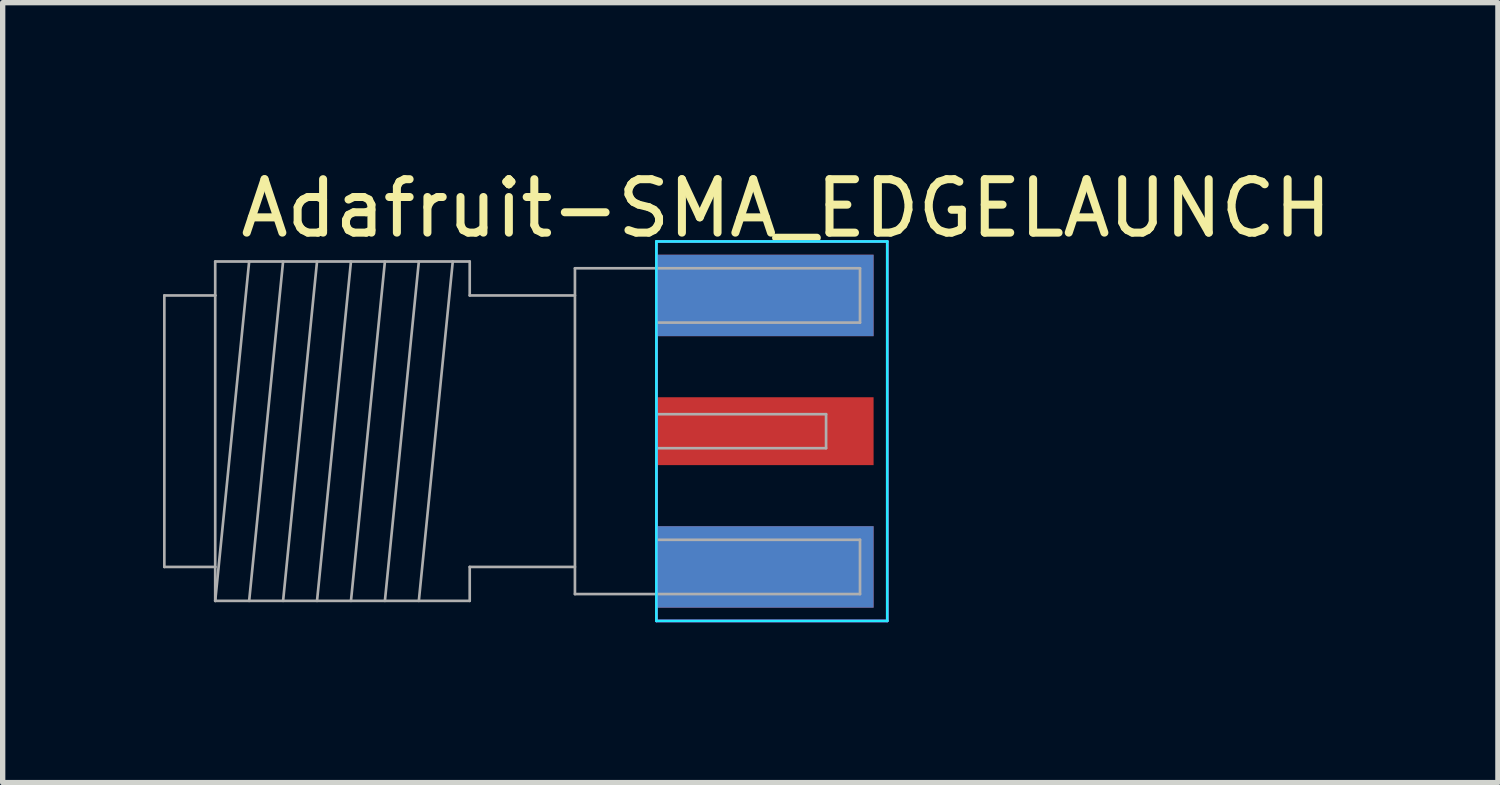
<source format=kicad_pcb>
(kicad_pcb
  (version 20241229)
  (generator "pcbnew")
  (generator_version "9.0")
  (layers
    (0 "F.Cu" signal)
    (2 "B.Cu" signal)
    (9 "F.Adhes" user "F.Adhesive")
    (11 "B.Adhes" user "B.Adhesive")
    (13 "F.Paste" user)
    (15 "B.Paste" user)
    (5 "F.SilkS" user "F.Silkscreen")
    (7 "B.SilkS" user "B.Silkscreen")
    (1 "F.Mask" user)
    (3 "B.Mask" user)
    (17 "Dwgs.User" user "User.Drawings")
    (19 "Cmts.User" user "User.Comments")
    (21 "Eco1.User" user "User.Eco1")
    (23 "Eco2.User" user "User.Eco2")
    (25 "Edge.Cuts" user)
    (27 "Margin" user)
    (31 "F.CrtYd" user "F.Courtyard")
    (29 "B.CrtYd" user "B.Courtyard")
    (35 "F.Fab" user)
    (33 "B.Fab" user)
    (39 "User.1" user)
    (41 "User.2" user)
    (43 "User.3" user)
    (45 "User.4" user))
  (footprint "Adafruit-SMA_EDGELAUNCH"
    (layer "F.Cu")
    (at 9.232 5.018)
    (property "Reference" "Adafruit-SMA_EDGELAUNCH" (at 2.43 -4.17 0) (layer "F.SilkS") (effects (font (size 1 1) (thickness 0.15))))
    (attr through_hole)
    (fp_line (start 0 -3.55) (end 0 3.55) (stroke (width 0.05) (type solid)) (layer "B.CrtYd"))
    (fp_line (start 0 3.55) (end 4.32 3.55) (stroke (width 0.05) (type solid)) (layer "B.CrtYd"))
    (fp_line (start 4.32 -3.55) (end 0 -3.55) (stroke (width 0.05) (type solid)) (layer "B.CrtYd"))
    (fp_line (start 4.32 3.55) (end 4.32 -3.55) (stroke (width 0.05) (type solid)) (layer "B.CrtYd"))
    (fp_line (start 0 -3.55) (end 0 3.55) (stroke (width 0.05) (type solid)) (layer "F.CrtYd"))
    (fp_line (start 0 3.55) (end 4.32 3.55) (stroke (width 0.05) (type solid)) (layer "F.CrtYd"))
    (fp_line (start 4.32 -3.55) (end 0 -3.55) (stroke (width 0.05) (type solid)) (layer "F.CrtYd"))
    (fp_line (start 4.32 3.55) (end 4.32 -3.55) (stroke (width 0.05) (type solid)) (layer "F.CrtYd"))
    (fp_line (start -9.207 -2.54) (end -9.207 2.54) (stroke (width 0.05) (type solid)) (layer "F.Fab"))
    (fp_line (start -9.207 2.54) (end -8.255 2.54) (stroke (width 0.05) (type solid)) (layer "F.Fab"))
    (fp_line (start -8.255 -3.175) (end -8.255 -2.54) (stroke (width 0.05) (type solid)) (layer "F.Fab"))
    (fp_line (start -8.255 -2.54) (end -9.207 -2.54) (stroke (width 0.05) (type solid)) (layer "F.Fab"))
    (fp_line (start -8.255 2.54) (end -8.255 -2.54) (stroke (width 0.05) (type solid)) (layer "F.Fab"))
    (fp_line (start -8.255 2.54) (end -8.255 3.175) (stroke (width 0.05) (type solid)) (layer "F.Fab"))
    (fp_line (start -8.255 3.175) (end -7.62 -3.175) (stroke (width 0.05) (type solid)) (layer "F.Fab"))
    (fp_line (start -8.255 3.175) (end -3.493 3.175) (stroke (width 0.05) (type solid)) (layer "F.Fab"))
    (fp_line (start -7.62 3.175) (end -6.985 -3.175) (stroke (width 0.05) (type solid)) (layer "F.Fab"))
    (fp_line (start -6.985 3.175) (end -6.35 -3.175) (stroke (width 0.05) (type solid)) (layer "F.Fab"))
    (fp_line (start -6.35 3.175) (end -5.715 -3.175) (stroke (width 0.05) (type solid)) (layer "F.Fab"))
    (fp_line (start -5.715 3.175) (end -5.08 -3.175) (stroke (width 0.05) (type solid)) (layer "F.Fab"))
    (fp_line (start -5.08 3.175) (end -4.445 -3.175) (stroke (width 0.05) (type solid)) (layer "F.Fab"))
    (fp_line (start -4.445 3.175) (end -3.81 -3.175) (stroke (width 0.05) (type solid)) (layer "F.Fab"))
    (fp_line (start -3.493 -3.175) (end -8.255 -3.175) (stroke (width 0.05) (type solid)) (layer "F.Fab"))
    (fp_line (start -3.493 -2.54) (end -3.493 -3.175) (stroke (width 0.05) (type solid)) (layer "F.Fab"))
    (fp_line (start -3.493 2.54) (end -1.524 2.54) (stroke (width 0.05) (type solid)) (layer "F.Fab"))
    (fp_line (start -3.493 3.175) (end -3.493 2.54) (stroke (width 0.05) (type solid)) (layer "F.Fab"))
    (fp_line (start -1.524 -3.048) (end -1.524 3.048) (stroke (width 0.05) (type solid)) (layer "F.Fab"))
    (fp_line (start -1.524 -2.54) (end -3.493 -2.54) (stroke (width 0.05) (type solid)) (layer "F.Fab"))
    (fp_line (start -1.524 3.048) (end 3.81 3.048) (stroke (width 0.05) (type solid)) (layer "F.Fab"))
    (fp_line (start 0 -2.032) (end 3.81 -2.032) (stroke (width 0.05) (type solid)) (layer "F.Fab"))
    (fp_line (start 0 -0.318) (end 0 0.318) (stroke (width 0.05) (type solid)) (layer "F.Fab"))
    (fp_line (start 0 -0.318) (end 3.175 -0.318) (stroke (width 0.05) (type solid)) (layer "F.Fab"))
    (fp_line (start 0 0.318) (end 3.175 0.318) (stroke (width 0.05) (type solid)) (layer "F.Fab"))
    (fp_line (start 0 2.032) (end 0 -2.032) (stroke (width 0.05) (type solid)) (layer "F.Fab"))
    (fp_line (start 3.175 -0.318) (end 3.175 0.318) (stroke (width 0.05) (type solid)) (layer "F.Fab"))
    (fp_line (start 3.81 -3.048) (end -1.524 -3.048) (stroke (width 0.05) (type solid)) (layer "F.Fab"))
    (fp_line (start 3.81 -2.032) (end 3.81 -3.048) (stroke (width 0.05) (type solid)) (layer "F.Fab"))
    (fp_line (start 3.81 2.032) (end 0 2.032) (stroke (width 0.05) (type solid)) (layer "F.Fab"))
    (fp_line (start 3.81 3.048) (end 3.81 2.032) (stroke (width 0.05) (type solid)) (layer "F.Fab"))
    (pad "1" smd rect (at 2.032 0 90) (size 1.27 4.064) (layers "F.Cu" "F.Mask"))
    (pad "2" smd rect (at 2.032 -2.54 90) (size 1.524 4.064) (layers "F.Cu" "F.Mask"))
    (pad "2" smd rect (at 2.032 -2.54 90) (size 1.524 4.064) (layers "B.Cu" "B.Mask"))
    (pad "2" smd rect (at 2.032 2.54 90) (size 1.524 4.064) (layers "F.Cu" "F.Mask"))
    (pad "2" smd rect (at 2.032 2.54 90) (size 1.524 4.064) (layers "B.Cu" "B.Mask")))
  (gr_rect
    (start -3 -3)
    (end 24.978 11.593)
    (stroke (width 0.1) (type default))
    (fill no)
    (layer "Edge.Cuts")))
</source>
